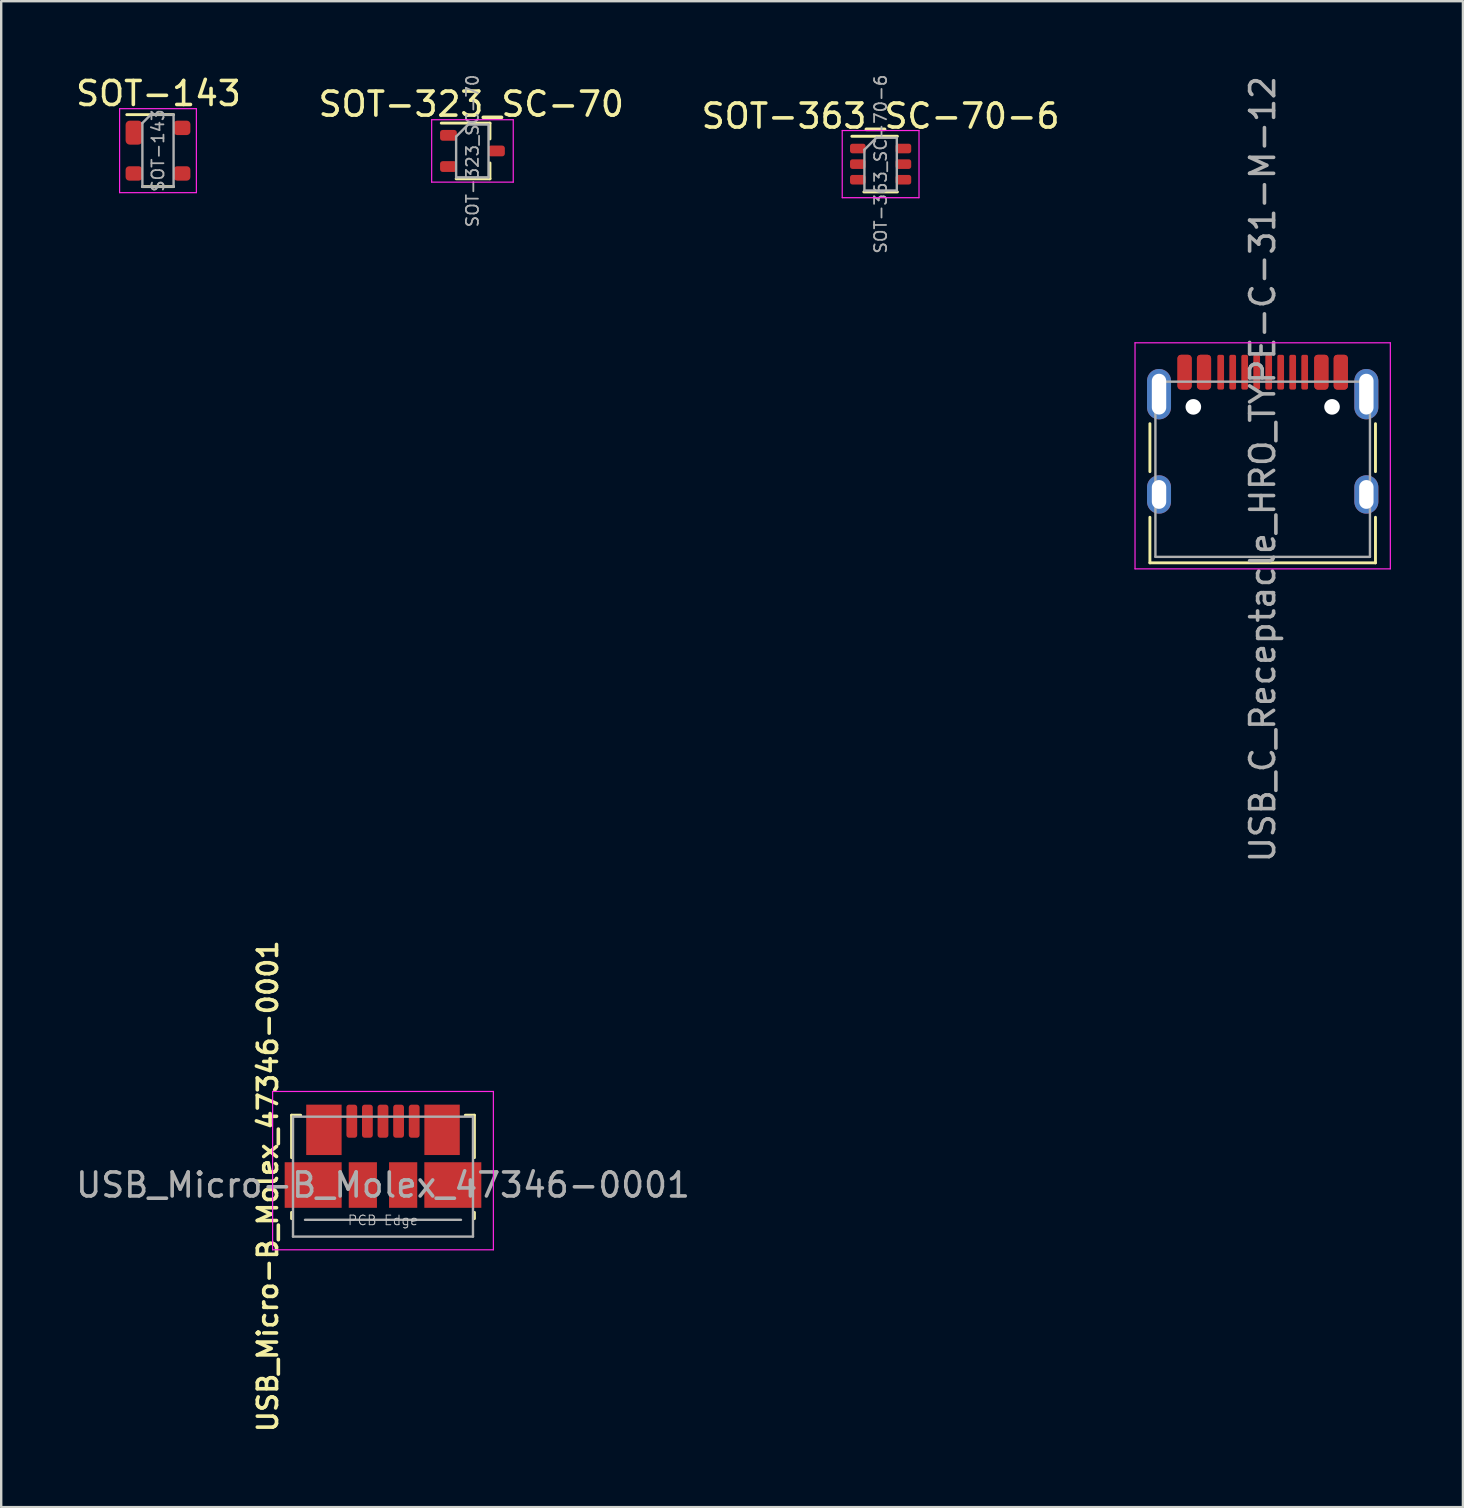
<source format=kicad_pcb>
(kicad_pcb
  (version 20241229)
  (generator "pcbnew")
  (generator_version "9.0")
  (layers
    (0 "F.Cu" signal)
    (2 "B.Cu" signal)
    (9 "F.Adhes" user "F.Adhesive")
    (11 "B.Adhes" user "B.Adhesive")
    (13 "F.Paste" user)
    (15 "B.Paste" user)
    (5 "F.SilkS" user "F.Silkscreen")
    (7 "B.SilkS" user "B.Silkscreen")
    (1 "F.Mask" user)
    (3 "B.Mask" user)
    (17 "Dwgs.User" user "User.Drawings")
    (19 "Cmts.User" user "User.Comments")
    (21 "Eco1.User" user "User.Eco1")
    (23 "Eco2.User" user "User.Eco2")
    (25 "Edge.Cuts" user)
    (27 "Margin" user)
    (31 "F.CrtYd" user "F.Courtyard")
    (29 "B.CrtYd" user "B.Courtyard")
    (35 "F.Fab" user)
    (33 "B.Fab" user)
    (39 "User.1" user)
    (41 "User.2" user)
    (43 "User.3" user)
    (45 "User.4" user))
  (footprint "SOT-323_SC-70"
    (layer "F.Cu")
    (at 16.639 3.241)
    (property "Reference" "SOT-323_SC-70" (at -0.05 -1.95 0) (layer "F.SilkS") (effects (font (size 1 1) (thickness 0.15))))
    (attr smd)
    (fp_line (start -0.68 1.16) (end 0.73 1.16) (stroke (width 0.12) (type solid)) (layer "F.SilkS"))
    (fp_line (start 0.73 -1.16) (end -1.3 -1.16) (stroke (width 0.12) (type solid)) (layer "F.SilkS"))
    (fp_line (start 0.73 -1.16) (end 0.73 -0.5) (stroke (width 0.12) (type solid)) (layer "F.SilkS"))
    (fp_line (start 0.73 0.5) (end 0.73 1.16) (stroke (width 0.12) (type solid)) (layer "F.SilkS"))
    (fp_line (start -1.7 -1.3) (end 1.7 -1.3) (stroke (width 0.05) (type solid)) (layer "F.CrtYd"))
    (fp_line (start -1.7 1.3) (end -1.7 -1.3) (stroke (width 0.05) (type solid)) (layer "F.CrtYd"))
    (fp_line (start 1.7 -1.3) (end 1.7 1.3) (stroke (width 0.05) (type solid)) (layer "F.CrtYd"))
    (fp_line (start 1.7 1.3) (end -1.7 1.3) (stroke (width 0.05) (type solid)) (layer "F.CrtYd"))
    (fp_line (start -0.68 -0.6) (end -0.68 1.1) (stroke (width 0.1) (type solid)) (layer "F.Fab"))
    (fp_line (start -0.18 -1.1) (end -0.68 -0.6) (stroke (width 0.1) (type solid)) (layer "F.Fab"))
    (fp_line (start 0.67 -1.1) (end -0.18 -1.1) (stroke (width 0.1) (type solid)) (layer "F.Fab"))
    (fp_line (start 0.67 -1.1) (end 0.67 1.1) (stroke (width 0.1) (type solid)) (layer "F.Fab"))
    (fp_line (start 0.67 1.1) (end -0.68 1.1) (stroke (width 0.1) (type solid)) (layer "F.Fab"))
    (fp_text user "${REFERENCE}" (at 0 0 90) (layer "F.Fab") (effects (font (size 0.5 0.5) (thickness 0.075))))
    (pad "1" smd roundrect (at -1 -0.65 270) (size 0.45 0.7) (layers "F.Cu" "F.Mask" "F.Paste") (roundrect_rratio 0.25))
    (pad "2" smd roundrect (at -1 0.65 270) (size 0.45 0.7) (layers "F.Cu" "F.Mask" "F.Paste") (roundrect_rratio 0.25))
    (pad "3" smd roundrect (at 1 0 270) (size 0.45 0.7) (layers "F.Cu" "F.Mask" "F.Paste") (roundrect_rratio 0.25)))
  (footprint "USB_Micro-B_Molex_47346-0001"
    (layer "F.Cu")
    (at 12.911 45.135)
    (property "Reference" "USB_Micro-B_Molex_47346-0001" (at -4.8 1.25 270) (layer "F.SilkS") (effects (font (size 0.8 0.8) (thickness 0.15))))
    (attr smd)
    (fp_line (start -3.81 -1.71) (end -3.43 -1.71) (stroke (width 0.12) (type solid)) (layer "F.SilkS"))
    (fp_line (start -3.81 0.06) (end -3.81 -1.71) (stroke (width 0.12) (type solid)) (layer "F.SilkS"))
    (fp_line (start -3.81 2.6) (end -3.81 2.34) (stroke (width 0.12) (type solid)) (layer "F.SilkS"))
    (fp_line (start 3.81 -1.71) (end 3.43 -1.71) (stroke (width 0.12) (type solid)) (layer "F.SilkS"))
    (fp_line (start 3.81 -1.71) (end 3.81 0.06) (stroke (width 0.12) (type solid)) (layer "F.SilkS"))
    (fp_line (start 3.81 2.34) (end 3.81 2.6) (stroke (width 0.12) (type solid)) (layer "F.SilkS"))
    (fp_line (start -4.6 -2.7) (end 4.6 -2.7) (stroke (width 0.05) (type solid)) (layer "F.CrtYd"))
    (fp_line (start -4.6 3.9) (end -4.6 -2.7) (stroke (width 0.05) (type solid)) (layer "F.CrtYd"))
    (fp_line (start 4.6 -2.7) (end 4.6 3.9) (stroke (width 0.05) (type solid)) (layer "F.CrtYd"))
    (fp_line (start 4.6 3.9) (end -4.6 3.9) (stroke (width 0.05) (type solid)) (layer "F.CrtYd"))
    (fp_line (start -3.75 -1.65) (end 3.75 -1.65) (stroke (width 0.1) (type solid)) (layer "F.Fab"))
    (fp_line (start -3.75 3.35) (end -3.75 -1.65) (stroke (width 0.1) (type solid)) (layer "F.Fab"))
    (fp_line (start -3.25 2.65) (end 3.25 2.65) (stroke (width 0.1) (type solid)) (layer "F.Fab"))
    (fp_line (start 3.75 -1.65) (end 3.75 3.35) (stroke (width 0.1) (type solid)) (layer "F.Fab"))
    (fp_line (start 3.75 3.35) (end -3.75 3.35) (stroke (width 0.1) (type solid)) (layer "F.Fab"))
    (fp_text user "PCB Edge" (at 0 2.67 180) (layer "Dwgs.User") (effects (font (size 0.4 0.4) (thickness 0.04))))
    (fp_text user "${REFERENCE}" (at 0 1.2 0) (layer "F.Fab") (effects (font (size 1 1) (thickness 0.15))))
    (pad "1" smd roundrect (at -1.3 -1.46) (size 0.45 1.38) (layers "F.Cu" "F.Mask" "F.Paste") (roundrect_rratio 0.25))
    (pad "2" smd roundrect (at -0.65 -1.46) (size 0.45 1.38) (layers "F.Cu" "F.Mask" "F.Paste") (roundrect_rratio 0.25))
    (pad "3" smd roundrect (at 0 -1.46) (size 0.45 1.38) (layers "F.Cu" "F.Mask" "F.Paste") (roundrect_rratio 0.25))
    (pad "4" smd roundrect (at 0.65 -1.46) (size 0.45 1.38) (layers "F.Cu" "F.Mask" "F.Paste") (roundrect_rratio 0.25))
    (pad "5" smd roundrect (at 1.3 -1.46) (size 0.45 1.38) (layers "F.Cu" "F.Mask" "F.Paste") (roundrect_rratio 0.25))
    (pad "6" smd rect (at -2.91 1.2) (size 2.375 1.9) (layers "F.Cu" "F.Mask" "F.Paste"))
    (pad "6" smd rect (at -2.462 -1.1) (size 1.475 2.1) (layers "F.Cu" "F.Mask" "F.Paste"))
    (pad "6" smd rect (at -0.84 1.2) (size 1.175 1.9) (layers "F.Cu" "F.Mask" "F.Paste"))
    (pad "6" smd rect (at 0.84 1.2) (size 1.175 1.9) (layers "F.Cu" "F.Mask" "F.Paste"))
    (pad "6" smd rect (at 2.462 -1.1) (size 1.475 2.1) (layers "F.Cu" "F.Mask" "F.Paste"))
    (pad "6" smd rect (at 2.91 1.2) (size 2.375 1.9) (layers "F.Cu" "F.Mask" "F.Paste")))
  (footprint "SOT-363_SC-70-6"
    (layer "F.Cu")
    (at 33.649 3.789)
    (property "Reference" "SOT-363_SC-70-6" (at 0 -2 0) (layer "F.SilkS") (effects (font (size 1 1) (thickness 0.15))))
    (attr smd)
    (fp_line (start -0.7 1.16) (end 0.7 1.16) (stroke (width 0.12) (type solid)) (layer "F.SilkS"))
    (fp_line (start 0.7 -1.16) (end -1.2 -1.16) (stroke (width 0.12) (type solid)) (layer "F.SilkS"))
    (fp_line (start -1.6 -1.4) (end -1.6 1.4) (stroke (width 0.05) (type solid)) (layer "F.CrtYd"))
    (fp_line (start -1.6 -1.4) (end 1.6 -1.4) (stroke (width 0.05) (type solid)) (layer "F.CrtYd"))
    (fp_line (start -1.6 1.4) (end 1.6 1.4) (stroke (width 0.05) (type solid)) (layer "F.CrtYd"))
    (fp_line (start 1.6 1.4) (end 1.6 -1.4) (stroke (width 0.05) (type solid)) (layer "F.CrtYd"))
    (fp_line (start -0.675 -0.6) (end -0.675 1.1) (stroke (width 0.1) (type solid)) (layer "F.Fab"))
    (fp_line (start -0.175 -1.1) (end -0.675 -0.6) (stroke (width 0.1) (type solid)) (layer "F.Fab"))
    (fp_line (start 0.675 -1.1) (end -0.175 -1.1) (stroke (width 0.1) (type solid)) (layer "F.Fab"))
    (fp_line (start 0.675 -1.1) (end 0.675 1.1) (stroke (width 0.1) (type solid)) (layer "F.Fab"))
    (fp_line (start 0.675 1.1) (end -0.675 1.1) (stroke (width 0.1) (type solid)) (layer "F.Fab"))
    (fp_text user "${REFERENCE}" (at 0 0 90) (layer "F.Fab") (effects (font (size 0.5 0.5) (thickness 0.075))))
    (pad "1" smd roundrect (at -0.95 -0.65) (size 0.65 0.4) (layers "F.Cu" "F.Mask" "F.Paste") (roundrect_rratio 0.25))
    (pad "2" smd roundrect (at -0.95 0) (size 0.65 0.4) (layers "F.Cu" "F.Mask" "F.Paste") (roundrect_rratio 0.25))
    (pad "3" smd roundrect (at -0.95 0.65) (size 0.65 0.4) (layers "F.Cu" "F.Mask" "F.Paste") (roundrect_rratio 0.25))
    (pad "4" smd roundrect (at 0.95 0.65) (size 0.65 0.4) (layers "F.Cu" "F.Mask" "F.Paste") (roundrect_rratio 0.25))
    (pad "5" smd roundrect (at 0.95 0) (size 0.65 0.4) (layers "F.Cu" "F.Mask" "F.Paste") (roundrect_rratio 0.25))
    (pad "6" smd roundrect (at 0.95 -0.65) (size 0.65 0.4) (layers "F.Cu" "F.Mask" "F.Paste") (roundrect_rratio 0.25)))
  (footprint "SOT-143"
    (layer "F.Cu")
    (at 3.534 3.228)
    (property "Reference" "SOT-143" (at 0.02 -2.38 0) (layer "F.SilkS") (effects (font (size 1 1) (thickness 0.15))))
    (attr smd)
    (fp_line (start -0.65 1.5) (end 0.65 1.5) (stroke (width 0.12) (type solid)) (layer "F.SilkS"))
    (fp_line (start 0.65 -1.5) (end -1.3 -1.5) (stroke (width 0.12) (type solid)) (layer "F.SilkS"))
    (fp_line (start -1.6 1.75) (end -1.6 -1.75) (stroke (width 0.05) (type solid)) (layer "F.CrtYd"))
    (fp_line (start -1.6 1.75) (end 1.6 1.75) (stroke (width 0.05) (type solid)) (layer "F.CrtYd"))
    (fp_line (start 1.6 -1.75) (end -1.6 -1.75) (stroke (width 0.05) (type solid)) (layer "F.CrtYd"))
    (fp_line (start 1.6 -1.75) (end 1.6 1.75) (stroke (width 0.05) (type solid)) (layer "F.CrtYd"))
    (fp_line (start -0.65 -1.15) (end -0.3 -1.5) (stroke (width 0.1) (type solid)) (layer "F.Fab"))
    (fp_line (start -0.65 1.5) (end -0.65 -1.15) (stroke (width 0.1) (type solid)) (layer "F.Fab"))
    (fp_line (start -0.3 -1.5) (end 0.65 -1.5) (stroke (width 0.1) (type solid)) (layer "F.Fab"))
    (fp_line (start 0.65 -1.5) (end 0.65 1.5) (stroke (width 0.1) (type solid)) (layer "F.Fab"))
    (fp_line (start 0.65 1.5) (end -0.65 1.5) (stroke (width 0.1) (type solid)) (layer "F.Fab"))
    (fp_text user "${REFERENCE}" (at 0 0 90) (layer "F.Fab") (effects (font (size 0.5 0.5) (thickness 0.075))))
    (pad "1" smd roundrect (at -1 -0.75) (size 0.7 1) (layers "F.Cu" "F.Mask" "F.Paste") (roundrect_rratio 0.25))
    (pad "2" smd roundrect (at -1 0.95) (size 0.7 0.6) (layers "F.Cu" "F.Mask" "F.Paste") (roundrect_rratio 0.25))
    (pad "3" smd roundrect (at 1 0.95) (size 0.7 0.6) (layers "F.Cu" "F.Mask" "F.Paste") (roundrect_rratio 0.25))
    (pad "4" smd roundrect (at 1 -0.95) (size 0.7 0.6) (layers "F.Cu" "F.Mask" "F.Paste") (roundrect_rratio 0.25)))
  (footprint "USB_C_Receptacle_HRO_TYPE-C-31-M-12"
    (layer "F.Cu")
    (at 49.571 16.506)
    (property "Reference" "USB_C_Receptacle_HRO_TYPE-C-31-M-12" (at 0 0 90) (layer "F.Fab") (effects (font (size 1 1) (thickness 0.15))))
    (attr smd)
    (fp_line (start -4.7 -1.9) (end -4.7 0.1) (stroke (width 0.12) (type solid)) (layer "F.SilkS"))
    (fp_line (start -4.7 2) (end -4.7 3.9) (stroke (width 0.12) (type solid)) (layer "F.SilkS"))
    (fp_line (start -4.7 3.9) (end 4.7 3.9) (stroke (width 0.12) (type solid)) (layer "F.SilkS"))
    (fp_line (start 4.7 -1.9) (end 4.7 0.1) (stroke (width 0.12) (type solid)) (layer "F.SilkS"))
    (fp_line (start 4.7 2) (end 4.7 3.9) (stroke (width 0.12) (type solid)) (layer "F.SilkS"))
    (fp_line (start -5.32 -5.27) (end -5.32 4.15) (stroke (width 0.05) (type solid)) (layer "F.CrtYd"))
    (fp_line (start -5.32 -5.27) (end 5.32 -5.27) (stroke (width 0.05) (type solid)) (layer "F.CrtYd"))
    (fp_line (start -5.32 4.15) (end 5.32 4.15) (stroke (width 0.05) (type solid)) (layer "F.CrtYd"))
    (fp_line (start 5.32 -5.27) (end 5.32 4.15) (stroke (width 0.05) (type solid)) (layer "F.CrtYd"))
    (fp_line (start -4.47 -3.65) (end -4.47 3.65) (stroke (width 0.1) (type solid)) (layer "F.Fab"))
    (fp_line (start -4.47 -3.65) (end 4.47 -3.65) (stroke (width 0.1) (type solid)) (layer "F.Fab"))
    (fp_line (start -4.47 3.65) (end 4.47 3.65) (stroke (width 0.1) (type solid)) (layer "F.Fab"))
    (fp_line (start 4.47 -3.65) (end 4.47 3.65) (stroke (width 0.1) (type solid)) (layer "F.Fab"))
    (pad "" np_thru_hole circle (at -2.89 -2.6) (size 0.65 0.65) (drill 0.65) (layers "*.Cu" "*.Mask"))
    (pad "" np_thru_hole circle (at 2.89 -2.6) (size 0.65 0.65) (drill 0.65) (layers "*.Cu" "*.Mask"))
    (pad "A1" smd roundrect (at -3.255 -4.045) (size 0.59 1.45) (layers "F.Cu" "F.Mask" "F.Paste") (roundrect_rratio 0.25))
    (pad "A4" smd roundrect (at -2.445 -4.045) (size 0.59 1.45) (layers "F.Cu" "F.Mask" "F.Paste") (roundrect_rratio 0.25))
    (pad "A5" smd roundrect (at -1.25 -4.045) (size 0.28 1.45) (layers "F.Cu" "F.Mask" "F.Paste") (roundrect_rratio 0.25))
    (pad "A6" smd roundrect (at -0.25 -4.045) (size 0.28 1.45) (layers "F.Cu" "F.Mask" "F.Paste") (roundrect_rratio 0.25))
    (pad "A7" smd roundrect (at 0.25 -4.045) (size 0.28 1.45) (layers "F.Cu" "F.Mask" "F.Paste") (roundrect_rratio 0.25))
    (pad "A8" smd roundrect (at 1.25 -4.045) (size 0.28 1.45) (layers "F.Cu" "F.Mask" "F.Paste") (roundrect_rratio 0.25))
    (pad "A9" smd roundrect (at 2.445 -4.045) (size 0.59 1.45) (layers "F.Cu" "F.Mask" "F.Paste") (roundrect_rratio 0.25))
    (pad "A12" smd roundrect (at 3.255 -4.045) (size 0.59 1.45) (layers "F.Cu" "F.Mask" "F.Paste") (roundrect_rratio 0.25))
    (pad "B1" smd roundrect (at 3.255 -4.045) (size 0.59 1.45) (layers "F.Cu" "F.Mask" "F.Paste") (roundrect_rratio 0.25))
    (pad "B4" smd roundrect (at 2.445 -4.045) (size 0.59 1.45) (layers "F.Cu" "F.Mask" "F.Paste") (roundrect_rratio 0.25))
    (pad "B5" smd roundrect (at 1.75 -4.045) (size 0.28 1.45) (layers "F.Cu" "F.Mask" "F.Paste") (roundrect_rratio 0.25))
    (pad "B6" smd roundrect (at 0.75 -4.045) (size 0.28 1.45) (layers "F.Cu" "F.Mask" "F.Paste") (roundrect_rratio 0.25))
    (pad "B7" smd roundrect (at -0.75 -4.045) (size 0.28 1.45) (layers "F.Cu" "F.Mask" "F.Paste") (roundrect_rratio 0.25))
    (pad "B8" smd roundrect (at -1.75 -4.045) (size 0.28 1.45) (layers "F.Cu" "F.Mask" "F.Paste") (roundrect_rratio 0.25))
    (pad "B9" smd roundrect (at -2.445 -4.045) (size 0.59 1.45) (layers "F.Cu" "F.Mask" "F.Paste") (roundrect_rratio 0.25))
    (pad "B12" smd roundrect (at -3.255 -4.045) (size 0.59 1.45) (layers "F.Cu" "F.Mask" "F.Paste") (roundrect_rratio 0.25))
    (pad "S1" thru_hole oval (at -4.32 -3.13) (size 1 2.1) (drill oval 0.6 1.7) (layers "*.Cu" "*.Mask"))
    (pad "S1" thru_hole oval (at -4.32 1.05) (size 1 1.6) (drill oval 0.6 1.2) (layers "*.Cu" "*.Mask"))
    (pad "S1" thru_hole oval (at 4.32 -3.13) (size 1 2.1) (drill oval 0.6 1.7) (layers "*.Cu" "*.Mask"))
    (pad "S1" thru_hole oval (at 4.32 1.05) (size 1 1.6) (drill oval 0.6 1.2) (layers "*.Cu" "*.Mask")))
  (gr_rect
    (start -3 -3)
    (end 57.916 59.759)
    (stroke (width 0.1) (type default))
    (fill no)
    (layer "Edge.Cuts")))
</source>
